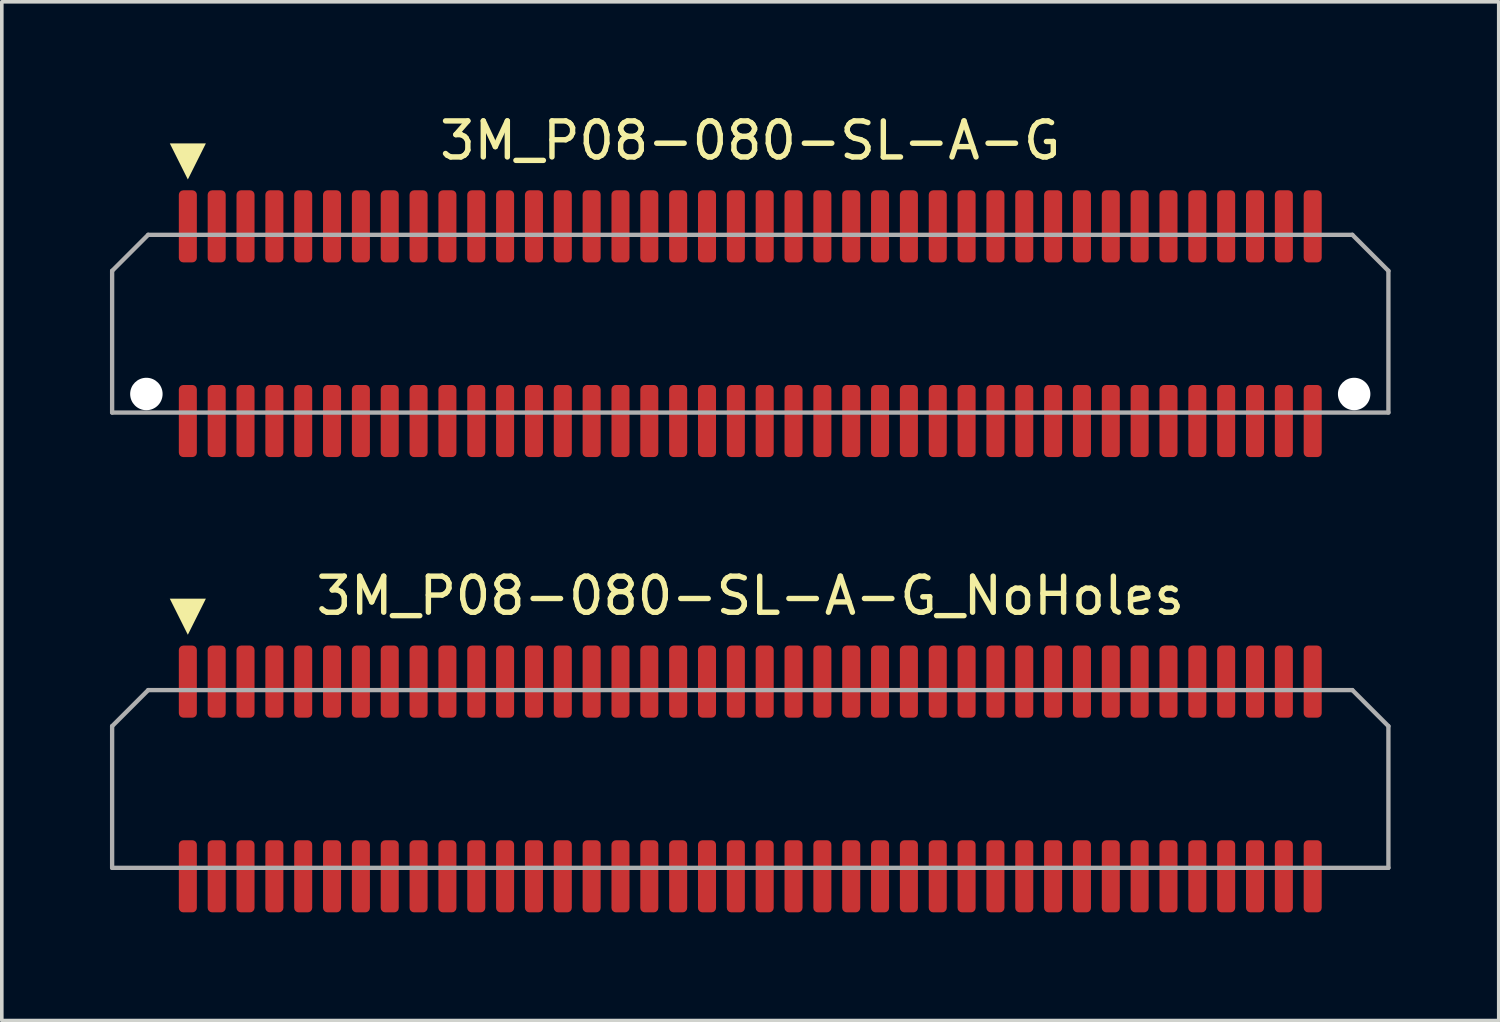
<source format=kicad_pcb>
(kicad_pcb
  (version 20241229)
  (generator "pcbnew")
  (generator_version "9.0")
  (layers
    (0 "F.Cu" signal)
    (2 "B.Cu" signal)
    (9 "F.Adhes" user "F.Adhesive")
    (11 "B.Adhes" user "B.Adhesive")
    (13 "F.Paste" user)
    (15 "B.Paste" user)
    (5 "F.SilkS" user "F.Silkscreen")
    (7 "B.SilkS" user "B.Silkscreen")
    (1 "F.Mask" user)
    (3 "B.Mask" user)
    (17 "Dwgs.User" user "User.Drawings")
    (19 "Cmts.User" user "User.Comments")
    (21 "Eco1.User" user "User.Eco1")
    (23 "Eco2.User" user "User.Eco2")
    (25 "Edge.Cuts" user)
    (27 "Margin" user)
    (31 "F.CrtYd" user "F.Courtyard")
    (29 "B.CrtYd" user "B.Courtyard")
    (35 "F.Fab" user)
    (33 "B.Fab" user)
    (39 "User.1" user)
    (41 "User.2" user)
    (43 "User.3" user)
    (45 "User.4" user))
  (footprint "3M_P08-080-SL-A-G"
    (layer "F.Cu")
    (at 17.76 5.928)
    (property "Reference" "3M_P08-080-SL-A-G" (at 0 -5.08 0) (unlocked yes) (layer "F.SilkS") (effects (font (size 1 1) (thickness 0.15))))
    (attr smd)
    (fp_poly (pts (xy -16.1 -5) (xy -15.1 -5) (xy -15.6 -4)) (stroke (width 0) (type solid)) (fill yes) (layer "F.SilkS"))
    (fp_line (start -17.7 -1.465) (end -16.7 -2.465) (stroke (width 0.12) (type default)) (layer "F.Fab"))
    (fp_line (start -17.7 2.465) (end -17.7 -1.465) (stroke (width 0.12) (type default)) (layer "F.Fab"))
    (fp_line (start -16.7 -2.465) (end 16.7 -2.465) (stroke (width 0.12) (type default)) (layer "F.Fab"))
    (fp_line (start 16.7 -2.465) (end 17.7 -1.465) (stroke (width 0.12) (type default)) (layer "F.Fab"))
    (fp_line (start 17.7 -1.465) (end 17.7 2.465) (stroke (width 0.12) (type default)) (layer "F.Fab"))
    (fp_line (start 17.7 2.465) (end -17.7 2.465) (stroke (width 0.12) (type default)) (layer "F.Fab"))
    (pad "" np_thru_hole circle (at -16.75 1.95) (size 0.9 0.9) (drill 0.9) (layers "*.Cu" "*.Mask"))
    (pad "" np_thru_hole circle (at 16.75 1.95) (size 0.9 0.9) (drill 0.9) (layers "*.Cu" "*.Mask"))
    (pad "1" smd roundrect (at -15.6 -2.7) (size 0.5 2) (layers "F.Cu" "F.Mask" "F.Paste") (roundrect_rratio 0.25))
    (pad "2" smd roundrect (at -15.6 2.7) (size 0.5 2) (layers "F.Cu" "F.Mask" "F.Paste") (roundrect_rratio 0.25))
    (pad "3" smd roundrect (at -14.8 -2.7) (size 0.5 2) (layers "F.Cu" "F.Mask" "F.Paste") (roundrect_rratio 0.25))
    (pad "4" smd roundrect (at -14.8 2.7) (size 0.5 2) (layers "F.Cu" "F.Mask" "F.Paste") (roundrect_rratio 0.25))
    (pad "5" smd roundrect (at -14 -2.7) (size 0.5 2) (layers "F.Cu" "F.Mask" "F.Paste") (roundrect_rratio 0.25))
    (pad "6" smd roundrect (at -14 2.7) (size 0.5 2) (layers "F.Cu" "F.Mask" "F.Paste") (roundrect_rratio 0.25))
    (pad "7" smd roundrect (at -13.2 -2.7) (size 0.5 2) (layers "F.Cu" "F.Mask" "F.Paste") (roundrect_rratio 0.25))
    (pad "8" smd roundrect (at -13.2 2.7) (size 0.5 2) (layers "F.Cu" "F.Mask" "F.Paste") (roundrect_rratio 0.25))
    (pad "9" smd roundrect (at -12.4 -2.7) (size 0.5 2) (layers "F.Cu" "F.Mask" "F.Paste") (roundrect_rratio 0.25))
    (pad "10" smd roundrect (at -12.4 2.7) (size 0.5 2) (layers "F.Cu" "F.Mask" "F.Paste") (roundrect_rratio 0.25))
    (pad "11" smd roundrect (at -11.6 -2.7) (size 0.5 2) (layers "F.Cu" "F.Mask" "F.Paste") (roundrect_rratio 0.25))
    (pad "12" smd roundrect (at -11.6 2.7) (size 0.5 2) (layers "F.Cu" "F.Mask" "F.Paste") (roundrect_rratio 0.25))
    (pad "13" smd roundrect (at -10.8 -2.7) (size 0.5 2) (layers "F.Cu" "F.Mask" "F.Paste") (roundrect_rratio 0.25))
    (pad "14" smd roundrect (at -10.8 2.7) (size 0.5 2) (layers "F.Cu" "F.Mask" "F.Paste") (roundrect_rratio 0.25))
    (pad "15" smd roundrect (at -10 -2.7) (size 0.5 2) (layers "F.Cu" "F.Mask" "F.Paste") (roundrect_rratio 0.25))
    (pad "16" smd roundrect (at -10 2.7) (size 0.5 2) (layers "F.Cu" "F.Mask" "F.Paste") (roundrect_rratio 0.25))
    (pad "17" smd roundrect (at -9.2 -2.7) (size 0.5 2) (layers "F.Cu" "F.Mask" "F.Paste") (roundrect_rratio 0.25))
    (pad "18" smd roundrect (at -9.2 2.7) (size 0.5 2) (layers "F.Cu" "F.Mask" "F.Paste") (roundrect_rratio 0.25))
    (pad "19" smd roundrect (at -8.4 -2.7) (size 0.5 2) (layers "F.Cu" "F.Mask" "F.Paste") (roundrect_rratio 0.25))
    (pad "20" smd roundrect (at -8.4 2.7) (size 0.5 2) (layers "F.Cu" "F.Mask" "F.Paste") (roundrect_rratio 0.25))
    (pad "21" smd roundrect (at -7.6 -2.7) (size 0.5 2) (layers "F.Cu" "F.Mask" "F.Paste") (roundrect_rratio 0.25))
    (pad "22" smd roundrect (at -7.6 2.7) (size 0.5 2) (layers "F.Cu" "F.Mask" "F.Paste") (roundrect_rratio 0.25))
    (pad "23" smd roundrect (at -6.8 -2.7) (size 0.5 2) (layers "F.Cu" "F.Mask" "F.Paste") (roundrect_rratio 0.25))
    (pad "24" smd roundrect (at -6.8 2.7) (size 0.5 2) (layers "F.Cu" "F.Mask" "F.Paste") (roundrect_rratio 0.25))
    (pad "25" smd roundrect (at -6 -2.7) (size 0.5 2) (layers "F.Cu" "F.Mask" "F.Paste") (roundrect_rratio 0.25))
    (pad "26" smd roundrect (at -6 2.7) (size 0.5 2) (layers "F.Cu" "F.Mask" "F.Paste") (roundrect_rratio 0.25))
    (pad "27" smd roundrect (at -5.2 -2.7) (size 0.5 2) (layers "F.Cu" "F.Mask" "F.Paste") (roundrect_rratio 0.25))
    (pad "28" smd roundrect (at -5.2 2.7) (size 0.5 2) (layers "F.Cu" "F.Mask" "F.Paste") (roundrect_rratio 0.25))
    (pad "29" smd roundrect (at -4.4 -2.7) (size 0.5 2) (layers "F.Cu" "F.Mask" "F.Paste") (roundrect_rratio 0.25))
    (pad "30" smd roundrect (at -4.4 2.7) (size 0.5 2) (layers "F.Cu" "F.Mask" "F.Paste") (roundrect_rratio 0.25))
    (pad "31" smd roundrect (at -3.6 -2.7) (size 0.5 2) (layers "F.Cu" "F.Mask" "F.Paste") (roundrect_rratio 0.25))
    (pad "32" smd roundrect (at -3.6 2.7) (size 0.5 2) (layers "F.Cu" "F.Mask" "F.Paste") (roundrect_rratio 0.25))
    (pad "33" smd roundrect (at -2.8 -2.7) (size 0.5 2) (layers "F.Cu" "F.Mask" "F.Paste") (roundrect_rratio 0.25))
    (pad "34" smd roundrect (at -2.8 2.7) (size 0.5 2) (layers "F.Cu" "F.Mask" "F.Paste") (roundrect_rratio 0.25))
    (pad "35" smd roundrect (at -2 -2.7) (size 0.5 2) (layers "F.Cu" "F.Mask" "F.Paste") (roundrect_rratio 0.25))
    (pad "36" smd roundrect (at -2 2.7) (size 0.5 2) (layers "F.Cu" "F.Mask" "F.Paste") (roundrect_rratio 0.25))
    (pad "37" smd roundrect (at -1.2 -2.7) (size 0.5 2) (layers "F.Cu" "F.Mask" "F.Paste") (roundrect_rratio 0.25))
    (pad "38" smd roundrect (at -1.2 2.7) (size 0.5 2) (layers "F.Cu" "F.Mask" "F.Paste") (roundrect_rratio 0.25))
    (pad "39" smd roundrect (at -0.4 -2.7) (size 0.5 2) (layers "F.Cu" "F.Mask" "F.Paste") (roundrect_rratio 0.25))
    (pad "40" smd roundrect (at -0.4 2.7) (size 0.5 2) (layers "F.Cu" "F.Mask" "F.Paste") (roundrect_rratio 0.25))
    (pad "41" smd roundrect (at 0.4 -2.7) (size 0.5 2) (layers "F.Cu" "F.Mask" "F.Paste") (roundrect_rratio 0.25))
    (pad "42" smd roundrect (at 0.4 2.7) (size 0.5 2) (layers "F.Cu" "F.Mask" "F.Paste") (roundrect_rratio 0.25))
    (pad "43" smd roundrect (at 1.2 -2.7) (size 0.5 2) (layers "F.Cu" "F.Mask" "F.Paste") (roundrect_rratio 0.25))
    (pad "44" smd roundrect (at 1.2 2.7) (size 0.5 2) (layers "F.Cu" "F.Mask" "F.Paste") (roundrect_rratio 0.25))
    (pad "45" smd roundrect (at 2 -2.7) (size 0.5 2) (layers "F.Cu" "F.Mask" "F.Paste") (roundrect_rratio 0.25))
    (pad "46" smd roundrect (at 2 2.7) (size 0.5 2) (layers "F.Cu" "F.Mask" "F.Paste") (roundrect_rratio 0.25))
    (pad "47" smd roundrect (at 2.8 -2.7) (size 0.5 2) (layers "F.Cu" "F.Mask" "F.Paste") (roundrect_rratio 0.25))
    (pad "48" smd roundrect (at 2.8 2.7) (size 0.5 2) (layers "F.Cu" "F.Mask" "F.Paste") (roundrect_rratio 0.25))
    (pad "49" smd roundrect (at 3.6 -2.7) (size 0.5 2) (layers "F.Cu" "F.Mask" "F.Paste") (roundrect_rratio 0.25))
    (pad "50" smd roundrect (at 3.6 2.7) (size 0.5 2) (layers "F.Cu" "F.Mask" "F.Paste") (roundrect_rratio 0.25))
    (pad "51" smd roundrect (at 4.4 -2.7) (size 0.5 2) (layers "F.Cu" "F.Mask" "F.Paste") (roundrect_rratio 0.25))
    (pad "52" smd roundrect (at 4.4 2.7) (size 0.5 2) (layers "F.Cu" "F.Mask" "F.Paste") (roundrect_rratio 0.25))
    (pad "53" smd roundrect (at 5.2 -2.7) (size 0.5 2) (layers "F.Cu" "F.Mask" "F.Paste") (roundrect_rratio 0.25))
    (pad "54" smd roundrect (at 5.2 2.7) (size 0.5 2) (layers "F.Cu" "F.Mask" "F.Paste") (roundrect_rratio 0.25))
    (pad "55" smd roundrect (at 6 -2.7) (size 0.5 2) (layers "F.Cu" "F.Mask" "F.Paste") (roundrect_rratio 0.25))
    (pad "56" smd roundrect (at 6 2.7) (size 0.5 2) (layers "F.Cu" "F.Mask" "F.Paste") (roundrect_rratio 0.25))
    (pad "57" smd roundrect (at 6.8 -2.7) (size 0.5 2) (layers "F.Cu" "F.Mask" "F.Paste") (roundrect_rratio 0.25))
    (pad "58" smd roundrect (at 6.8 2.7) (size 0.5 2) (layers "F.Cu" "F.Mask" "F.Paste") (roundrect_rratio 0.25))
    (pad "59" smd roundrect (at 7.6 -2.7) (size 0.5 2) (layers "F.Cu" "F.Mask" "F.Paste") (roundrect_rratio 0.25))
    (pad "60" smd roundrect (at 7.6 2.7) (size 0.5 2) (layers "F.Cu" "F.Mask" "F.Paste") (roundrect_rratio 0.25))
    (pad "61" smd roundrect (at 8.4 -2.7) (size 0.5 2) (layers "F.Cu" "F.Mask" "F.Paste") (roundrect_rratio 0.25))
    (pad "62" smd roundrect (at 8.4 2.7) (size 0.5 2) (layers "F.Cu" "F.Mask" "F.Paste") (roundrect_rratio 0.25))
    (pad "63" smd roundrect (at 9.2 -2.7) (size 0.5 2) (layers "F.Cu" "F.Mask" "F.Paste") (roundrect_rratio 0.25))
    (pad "64" smd roundrect (at 9.2 2.7) (size 0.5 2) (layers "F.Cu" "F.Mask" "F.Paste") (roundrect_rratio 0.25))
    (pad "65" smd roundrect (at 10 -2.7) (size 0.5 2) (layers "F.Cu" "F.Mask" "F.Paste") (roundrect_rratio 0.25))
    (pad "66" smd roundrect (at 10 2.7) (size 0.5 2) (layers "F.Cu" "F.Mask" "F.Paste") (roundrect_rratio 0.25))
    (pad "67" smd roundrect (at 10.8 -2.7) (size 0.5 2) (layers "F.Cu" "F.Mask" "F.Paste") (roundrect_rratio 0.25))
    (pad "68" smd roundrect (at 10.8 2.7) (size 0.5 2) (layers "F.Cu" "F.Mask" "F.Paste") (roundrect_rratio 0.25))
    (pad "69" smd roundrect (at 11.6 -2.7) (size 0.5 2) (layers "F.Cu" "F.Mask" "F.Paste") (roundrect_rratio 0.25))
    (pad "70" smd roundrect (at 11.6 2.7) (size 0.5 2) (layers "F.Cu" "F.Mask" "F.Paste") (roundrect_rratio 0.25))
    (pad "71" smd roundrect (at 12.4 -2.7) (size 0.5 2) (layers "F.Cu" "F.Mask" "F.Paste") (roundrect_rratio 0.25))
    (pad "72" smd roundrect (at 12.4 2.7) (size 0.5 2) (layers "F.Cu" "F.Mask" "F.Paste") (roundrect_rratio 0.25))
    (pad "73" smd roundrect (at 13.2 -2.7) (size 0.5 2) (layers "F.Cu" "F.Mask" "F.Paste") (roundrect_rratio 0.25))
    (pad "74" smd roundrect (at 13.2 2.7) (size 0.5 2) (layers "F.Cu" "F.Mask" "F.Paste") (roundrect_rratio 0.25))
    (pad "75" smd roundrect (at 14 -2.7) (size 0.5 2) (layers "F.Cu" "F.Mask" "F.Paste") (roundrect_rratio 0.25))
    (pad "76" smd roundrect (at 14 2.7) (size 0.5 2) (layers "F.Cu" "F.Mask" "F.Paste") (roundrect_rratio 0.25))
    (pad "77" smd roundrect (at 14.8 -2.7) (size 0.5 2) (layers "F.Cu" "F.Mask" "F.Paste") (roundrect_rratio 0.25))
    (pad "78" smd roundrect (at 14.8 2.7) (size 0.5 2) (layers "F.Cu" "F.Mask" "F.Paste") (roundrect_rratio 0.25))
    (pad "79" smd roundrect (at 15.6 -2.7) (size 0.5 2) (layers "F.Cu" "F.Mask" "F.Paste") (roundrect_rratio 0.25))
    (pad "80" smd roundrect (at 15.6 2.7) (size 0.5 2) (layers "F.Cu" "F.Mask" "F.Paste") (roundrect_rratio 0.25)))
  (footprint "3M_P08-080-SL-A-G_NoHoles"
    (layer "F.Cu")
    (at 17.76 18.556)
    (property "Reference" "3M_P08-080-SL-A-G_NoHoles" (at 0 -5.08 0) (unlocked yes) (layer "F.SilkS") (effects (font (size 1 1) (thickness 0.15))))
    (attr smd)
    (fp_poly (pts (xy -16.1 -5) (xy -15.1 -5) (xy -15.6 -4)) (stroke (width 0) (type solid)) (fill yes) (layer "F.SilkS"))
    (fp_line (start -17.7 -1.465) (end -16.7 -2.465) (stroke (width 0.12) (type default)) (layer "F.Fab"))
    (fp_line (start -17.7 2.465) (end -17.7 -1.465) (stroke (width 0.12) (type default)) (layer "F.Fab"))
    (fp_line (start -16.7 -2.465) (end 16.7 -2.465) (stroke (width 0.12) (type default)) (layer "F.Fab"))
    (fp_line (start 16.7 -2.465) (end 17.7 -1.465) (stroke (width 0.12) (type default)) (layer "F.Fab"))
    (fp_line (start 17.7 -1.465) (end 17.7 2.465) (stroke (width 0.12) (type default)) (layer "F.Fab"))
    (fp_line (start 17.7 2.465) (end -17.7 2.465) (stroke (width 0.12) (type default)) (layer "F.Fab"))
    (pad "1" smd roundrect (at -15.6 -2.7) (size 0.5 2) (layers "F.Cu" "F.Mask" "F.Paste") (roundrect_rratio 0.25))
    (pad "2" smd roundrect (at -15.6 2.7) (size 0.5 2) (layers "F.Cu" "F.Mask" "F.Paste") (roundrect_rratio 0.25))
    (pad "3" smd roundrect (at -14.8 -2.7) (size 0.5 2) (layers "F.Cu" "F.Mask" "F.Paste") (roundrect_rratio 0.25))
    (pad "4" smd roundrect (at -14.8 2.7) (size 0.5 2) (layers "F.Cu" "F.Mask" "F.Paste") (roundrect_rratio 0.25))
    (pad "5" smd roundrect (at -14 -2.7) (size 0.5 2) (layers "F.Cu" "F.Mask" "F.Paste") (roundrect_rratio 0.25))
    (pad "6" smd roundrect (at -14 2.7) (size 0.5 2) (layers "F.Cu" "F.Mask" "F.Paste") (roundrect_rratio 0.25))
    (pad "7" smd roundrect (at -13.2 -2.7) (size 0.5 2) (layers "F.Cu" "F.Mask" "F.Paste") (roundrect_rratio 0.25))
    (pad "8" smd roundrect (at -13.2 2.7) (size 0.5 2) (layers "F.Cu" "F.Mask" "F.Paste") (roundrect_rratio 0.25))
    (pad "9" smd roundrect (at -12.4 -2.7) (size 0.5 2) (layers "F.Cu" "F.Mask" "F.Paste") (roundrect_rratio 0.25))
    (pad "10" smd roundrect (at -12.4 2.7) (size 0.5 2) (layers "F.Cu" "F.Mask" "F.Paste") (roundrect_rratio 0.25))
    (pad "11" smd roundrect (at -11.6 -2.7) (size 0.5 2) (layers "F.Cu" "F.Mask" "F.Paste") (roundrect_rratio 0.25))
    (pad "12" smd roundrect (at -11.6 2.7) (size 0.5 2) (layers "F.Cu" "F.Mask" "F.Paste") (roundrect_rratio 0.25))
    (pad "13" smd roundrect (at -10.8 -2.7) (size 0.5 2) (layers "F.Cu" "F.Mask" "F.Paste") (roundrect_rratio 0.25))
    (pad "14" smd roundrect (at -10.8 2.7) (size 0.5 2) (layers "F.Cu" "F.Mask" "F.Paste") (roundrect_rratio 0.25))
    (pad "15" smd roundrect (at -10 -2.7) (size 0.5 2) (layers "F.Cu" "F.Mask" "F.Paste") (roundrect_rratio 0.25))
    (pad "16" smd roundrect (at -10 2.7) (size 0.5 2) (layers "F.Cu" "F.Mask" "F.Paste") (roundrect_rratio 0.25))
    (pad "17" smd roundrect (at -9.2 -2.7) (size 0.5 2) (layers "F.Cu" "F.Mask" "F.Paste") (roundrect_rratio 0.25))
    (pad "18" smd roundrect (at -9.2 2.7) (size 0.5 2) (layers "F.Cu" "F.Mask" "F.Paste") (roundrect_rratio 0.25))
    (pad "19" smd roundrect (at -8.4 -2.7) (size 0.5 2) (layers "F.Cu" "F.Mask" "F.Paste") (roundrect_rratio 0.25))
    (pad "20" smd roundrect (at -8.4 2.7) (size 0.5 2) (layers "F.Cu" "F.Mask" "F.Paste") (roundrect_rratio 0.25))
    (pad "21" smd roundrect (at -7.6 -2.7) (size 0.5 2) (layers "F.Cu" "F.Mask" "F.Paste") (roundrect_rratio 0.25))
    (pad "22" smd roundrect (at -7.6 2.7) (size 0.5 2) (layers "F.Cu" "F.Mask" "F.Paste") (roundrect_rratio 0.25))
    (pad "23" smd roundrect (at -6.8 -2.7) (size 0.5 2) (layers "F.Cu" "F.Mask" "F.Paste") (roundrect_rratio 0.25))
    (pad "24" smd roundrect (at -6.8 2.7) (size 0.5 2) (layers "F.Cu" "F.Mask" "F.Paste") (roundrect_rratio 0.25))
    (pad "25" smd roundrect (at -6 -2.7) (size 0.5 2) (layers "F.Cu" "F.Mask" "F.Paste") (roundrect_rratio 0.25))
    (pad "26" smd roundrect (at -6 2.7) (size 0.5 2) (layers "F.Cu" "F.Mask" "F.Paste") (roundrect_rratio 0.25))
    (pad "27" smd roundrect (at -5.2 -2.7) (size 0.5 2) (layers "F.Cu" "F.Mask" "F.Paste") (roundrect_rratio 0.25))
    (pad "28" smd roundrect (at -5.2 2.7) (size 0.5 2) (layers "F.Cu" "F.Mask" "F.Paste") (roundrect_rratio 0.25))
    (pad "29" smd roundrect (at -4.4 -2.7) (size 0.5 2) (layers "F.Cu" "F.Mask" "F.Paste") (roundrect_rratio 0.25))
    (pad "30" smd roundrect (at -4.4 2.7) (size 0.5 2) (layers "F.Cu" "F.Mask" "F.Paste") (roundrect_rratio 0.25))
    (pad "31" smd roundrect (at -3.6 -2.7) (size 0.5 2) (layers "F.Cu" "F.Mask" "F.Paste") (roundrect_rratio 0.25))
    (pad "32" smd roundrect (at -3.6 2.7) (size 0.5 2) (layers "F.Cu" "F.Mask" "F.Paste") (roundrect_rratio 0.25))
    (pad "33" smd roundrect (at -2.8 -2.7) (size 0.5 2) (layers "F.Cu" "F.Mask" "F.Paste") (roundrect_rratio 0.25))
    (pad "34" smd roundrect (at -2.8 2.7) (size 0.5 2) (layers "F.Cu" "F.Mask" "F.Paste") (roundrect_rratio 0.25))
    (pad "35" smd roundrect (at -2 -2.7) (size 0.5 2) (layers "F.Cu" "F.Mask" "F.Paste") (roundrect_rratio 0.25))
    (pad "36" smd roundrect (at -2 2.7) (size 0.5 2) (layers "F.Cu" "F.Mask" "F.Paste") (roundrect_rratio 0.25))
    (pad "37" smd roundrect (at -1.2 -2.7) (size 0.5 2) (layers "F.Cu" "F.Mask" "F.Paste") (roundrect_rratio 0.25))
    (pad "38" smd roundrect (at -1.2 2.7) (size 0.5 2) (layers "F.Cu" "F.Mask" "F.Paste") (roundrect_rratio 0.25))
    (pad "39" smd roundrect (at -0.4 -2.7) (size 0.5 2) (layers "F.Cu" "F.Mask" "F.Paste") (roundrect_rratio 0.25))
    (pad "40" smd roundrect (at -0.4 2.7) (size 0.5 2) (layers "F.Cu" "F.Mask" "F.Paste") (roundrect_rratio 0.25))
    (pad "41" smd roundrect (at 0.4 -2.7) (size 0.5 2) (layers "F.Cu" "F.Mask" "F.Paste") (roundrect_rratio 0.25))
    (pad "42" smd roundrect (at 0.4 2.7) (size 0.5 2) (layers "F.Cu" "F.Mask" "F.Paste") (roundrect_rratio 0.25))
    (pad "43" smd roundrect (at 1.2 -2.7) (size 0.5 2) (layers "F.Cu" "F.Mask" "F.Paste") (roundrect_rratio 0.25))
    (pad "44" smd roundrect (at 1.2 2.7) (size 0.5 2) (layers "F.Cu" "F.Mask" "F.Paste") (roundrect_rratio 0.25))
    (pad "45" smd roundrect (at 2 -2.7) (size 0.5 2) (layers "F.Cu" "F.Mask" "F.Paste") (roundrect_rratio 0.25))
    (pad "46" smd roundrect (at 2 2.7) (size 0.5 2) (layers "F.Cu" "F.Mask" "F.Paste") (roundrect_rratio 0.25))
    (pad "47" smd roundrect (at 2.8 -2.7) (size 0.5 2) (layers "F.Cu" "F.Mask" "F.Paste") (roundrect_rratio 0.25))
    (pad "48" smd roundrect (at 2.8 2.7) (size 0.5 2) (layers "F.Cu" "F.Mask" "F.Paste") (roundrect_rratio 0.25))
    (pad "49" smd roundrect (at 3.6 -2.7) (size 0.5 2) (layers "F.Cu" "F.Mask" "F.Paste") (roundrect_rratio 0.25))
    (pad "50" smd roundrect (at 3.6 2.7) (size 0.5 2) (layers "F.Cu" "F.Mask" "F.Paste") (roundrect_rratio 0.25))
    (pad "51" smd roundrect (at 4.4 -2.7) (size 0.5 2) (layers "F.Cu" "F.Mask" "F.Paste") (roundrect_rratio 0.25))
    (pad "52" smd roundrect (at 4.4 2.7) (size 0.5 2) (layers "F.Cu" "F.Mask" "F.Paste") (roundrect_rratio 0.25))
    (pad "53" smd roundrect (at 5.2 -2.7) (size 0.5 2) (layers "F.Cu" "F.Mask" "F.Paste") (roundrect_rratio 0.25))
    (pad "54" smd roundrect (at 5.2 2.7) (size 0.5 2) (layers "F.Cu" "F.Mask" "F.Paste") (roundrect_rratio 0.25))
    (pad "55" smd roundrect (at 6 -2.7) (size 0.5 2) (layers "F.Cu" "F.Mask" "F.Paste") (roundrect_rratio 0.25))
    (pad "56" smd roundrect (at 6 2.7) (size 0.5 2) (layers "F.Cu" "F.Mask" "F.Paste") (roundrect_rratio 0.25))
    (pad "57" smd roundrect (at 6.8 -2.7) (size 0.5 2) (layers "F.Cu" "F.Mask" "F.Paste") (roundrect_rratio 0.25))
    (pad "58" smd roundrect (at 6.8 2.7) (size 0.5 2) (layers "F.Cu" "F.Mask" "F.Paste") (roundrect_rratio 0.25))
    (pad "59" smd roundrect (at 7.6 -2.7) (size 0.5 2) (layers "F.Cu" "F.Mask" "F.Paste") (roundrect_rratio 0.25))
    (pad "60" smd roundrect (at 7.6 2.7) (size 0.5 2) (layers "F.Cu" "F.Mask" "F.Paste") (roundrect_rratio 0.25))
    (pad "61" smd roundrect (at 8.4 -2.7) (size 0.5 2) (layers "F.Cu" "F.Mask" "F.Paste") (roundrect_rratio 0.25))
    (pad "62" smd roundrect (at 8.4 2.7) (size 0.5 2) (layers "F.Cu" "F.Mask" "F.Paste") (roundrect_rratio 0.25))
    (pad "63" smd roundrect (at 9.2 -2.7) (size 0.5 2) (layers "F.Cu" "F.Mask" "F.Paste") (roundrect_rratio 0.25))
    (pad "64" smd roundrect (at 9.2 2.7) (size 0.5 2) (layers "F.Cu" "F.Mask" "F.Paste") (roundrect_rratio 0.25))
    (pad "65" smd roundrect (at 10 -2.7) (size 0.5 2) (layers "F.Cu" "F.Mask" "F.Paste") (roundrect_rratio 0.25))
    (pad "66" smd roundrect (at 10 2.7) (size 0.5 2) (layers "F.Cu" "F.Mask" "F.Paste") (roundrect_rratio 0.25))
    (pad "67" smd roundrect (at 10.8 -2.7) (size 0.5 2) (layers "F.Cu" "F.Mask" "F.Paste") (roundrect_rratio 0.25))
    (pad "68" smd roundrect (at 10.8 2.7) (size 0.5 2) (layers "F.Cu" "F.Mask" "F.Paste") (roundrect_rratio 0.25))
    (pad "69" smd roundrect (at 11.6 -2.7) (size 0.5 2) (layers "F.Cu" "F.Mask" "F.Paste") (roundrect_rratio 0.25))
    (pad "70" smd roundrect (at 11.6 2.7) (size 0.5 2) (layers "F.Cu" "F.Mask" "F.Paste") (roundrect_rratio 0.25))
    (pad "71" smd roundrect (at 12.4 -2.7) (size 0.5 2) (layers "F.Cu" "F.Mask" "F.Paste") (roundrect_rratio 0.25))
    (pad "72" smd roundrect (at 12.4 2.7) (size 0.5 2) (layers "F.Cu" "F.Mask" "F.Paste") (roundrect_rratio 0.25))
    (pad "73" smd roundrect (at 13.2 -2.7) (size 0.5 2) (layers "F.Cu" "F.Mask" "F.Paste") (roundrect_rratio 0.25))
    (pad "74" smd roundrect (at 13.2 2.7) (size 0.5 2) (layers "F.Cu" "F.Mask" "F.Paste") (roundrect_rratio 0.25))
    (pad "75" smd roundrect (at 14 -2.7) (size 0.5 2) (layers "F.Cu" "F.Mask" "F.Paste") (roundrect_rratio 0.25))
    (pad "76" smd roundrect (at 14 2.7) (size 0.5 2) (layers "F.Cu" "F.Mask" "F.Paste") (roundrect_rratio 0.25))
    (pad "77" smd roundrect (at 14.8 -2.7) (size 0.5 2) (layers "F.Cu" "F.Mask" "F.Paste") (roundrect_rratio 0.25))
    (pad "78" smd roundrect (at 14.8 2.7) (size 0.5 2) (layers "F.Cu" "F.Mask" "F.Paste") (roundrect_rratio 0.25))
    (pad "79" smd roundrect (at 15.6 -2.7) (size 0.5 2) (layers "F.Cu" "F.Mask" "F.Paste") (roundrect_rratio 0.25))
    (pad "80" smd roundrect (at 15.6 2.7) (size 0.5 2) (layers "F.Cu" "F.Mask" "F.Paste") (roundrect_rratio 0.25)))
  (gr_rect
    (start -3 -3)
    (end 38.52 25.256)
    (stroke (width 0.1) (type default))
    (fill no)
    (layer "Edge.Cuts")))
</source>
